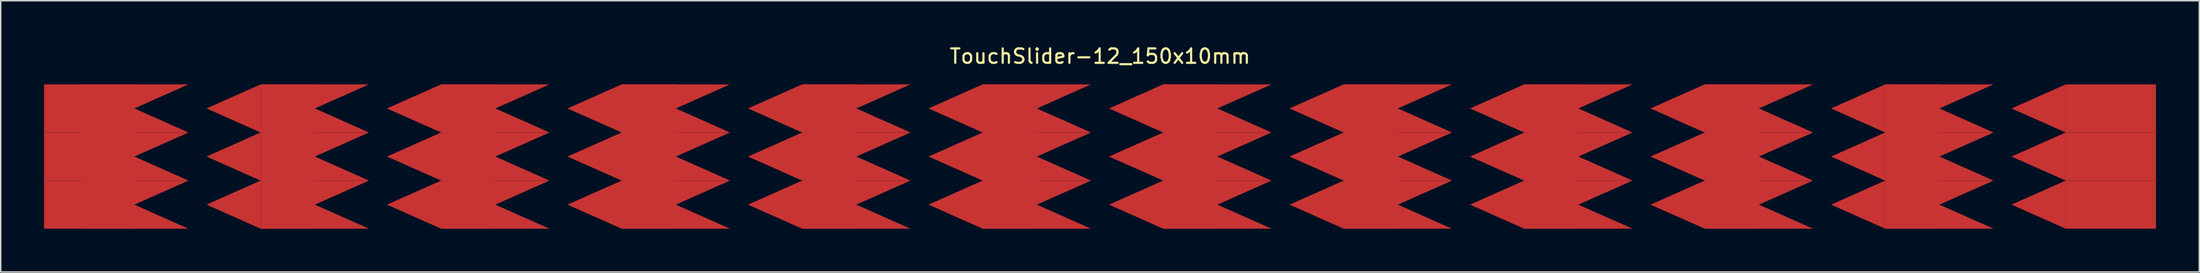
<source format=kicad_pcb>
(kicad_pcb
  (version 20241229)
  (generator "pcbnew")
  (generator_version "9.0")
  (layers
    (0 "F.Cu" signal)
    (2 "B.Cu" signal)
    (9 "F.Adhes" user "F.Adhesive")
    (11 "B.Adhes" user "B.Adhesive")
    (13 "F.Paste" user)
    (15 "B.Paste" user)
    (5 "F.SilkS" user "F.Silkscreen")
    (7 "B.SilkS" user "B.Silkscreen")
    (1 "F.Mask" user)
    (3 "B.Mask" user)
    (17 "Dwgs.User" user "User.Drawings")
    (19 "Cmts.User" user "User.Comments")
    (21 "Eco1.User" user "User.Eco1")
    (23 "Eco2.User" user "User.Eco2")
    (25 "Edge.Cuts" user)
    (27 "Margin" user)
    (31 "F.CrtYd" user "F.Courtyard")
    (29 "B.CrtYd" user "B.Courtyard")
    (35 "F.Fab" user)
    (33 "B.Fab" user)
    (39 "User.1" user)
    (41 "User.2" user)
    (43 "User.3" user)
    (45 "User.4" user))
  (footprint "TouchSlider-12_150x10mm"
    (layer "F.Cu")
    (at 73.125 7.798)
    (property "Reference" "TouchSlider-12_150x10mm" (at 0 -6.95 0) (layer "F.SilkS") (effects (font (size 1 1) (thickness 0.15))))
    (attr smd)
    (pad "1" smd rect (at -70 -3.333) (size 6.25 3.333) (layers "F.Cu" "F.Mask"))
    (pad "1" smd rect (at -70 0) (size 6.25 3.333) (layers "F.Cu" "F.Mask"))
    (pad "1" smd rect (at -70 3.333) (size 6.25 3.333) (layers "F.Cu" "F.Mask"))
    (pad "1" smd trapezoid (at -66.875 -4.167) (size 3.75 1.667) (rect_delta 0 -3.75) (layers "F.Cu" "F.Mask"))
    (pad "1" smd trapezoid (at -66.875 -2.5) (size 3.75 1.667) (rect_delta 0 3.75) (layers "F.Cu" "F.Mask"))
    (pad "1" smd trapezoid (at -66.875 -0.833) (size 3.75 1.667) (rect_delta 0 -3.75) (layers "F.Cu" "F.Mask"))
    (pad "1" smd trapezoid (at -66.875 0.833) (size 3.75 1.667) (rect_delta 0 3.75) (layers "F.Cu" "F.Mask"))
    (pad "1" smd trapezoid (at -66.875 2.5) (size 3.75 1.667) (rect_delta 0 -3.75) (layers "F.Cu" "F.Mask"))
    (pad "1" smd trapezoid (at -66.875 4.167) (size 3.75 1.667) (rect_delta 0 3.75) (layers "F.Cu" "F.Mask"))
    (pad "2" smd trapezoid (at -60 -3.333) (size 3.75 1.667) (rect_delta -1.667 0) (layers "F.Cu" "F.Mask"))
    (pad "2" smd trapezoid (at -60 0) (size 3.75 1.667) (rect_delta -1.667 0) (layers "F.Cu" "F.Mask"))
    (pad "2" smd trapezoid (at -60 3.333) (size 3.75 1.667) (rect_delta -1.667 0) (layers "F.Cu" "F.Mask"))
    (pad "2" smd rect (at -56.25 -3.333) (size 3.75 3.333) (layers "F.Cu" "F.Mask"))
    (pad "2" smd rect (at -56.25 0) (size 3.75 3.333) (layers "F.Cu" "F.Mask"))
    (pad "2" smd rect (at -56.25 3.333) (size 3.75 3.333) (layers "F.Cu" "F.Mask"))
    (pad "2" smd trapezoid (at -54.375 -4.167) (size 3.75 1.667) (rect_delta 0 -3.75) (layers "F.Cu" "F.Mask"))
    (pad "2" smd trapezoid (at -54.375 -2.5) (size 3.75 1.667) (rect_delta 0 3.75) (layers "F.Cu" "F.Mask"))
    (pad "2" smd trapezoid (at -54.375 -0.833) (size 3.75 1.667) (rect_delta 0 -3.75) (layers "F.Cu" "F.Mask"))
    (pad "2" smd trapezoid (at -54.375 0.833) (size 3.75 1.667) (rect_delta 0 3.75) (layers "F.Cu" "F.Mask"))
    (pad "2" smd trapezoid (at -54.375 2.5) (size 3.75 1.667) (rect_delta 0 -3.75) (layers "F.Cu" "F.Mask"))
    (pad "2" smd trapezoid (at -54.375 4.167) (size 3.75 1.667) (rect_delta 0 3.75) (layers "F.Cu" "F.Mask"))
    (pad "3" smd trapezoid (at -47.5 -3.333) (size 3.75 1.667) (rect_delta -1.667 0) (layers "F.Cu" "F.Mask"))
    (pad "3" smd trapezoid (at -47.5 0) (size 3.75 1.667) (rect_delta -1.667 0) (layers "F.Cu" "F.Mask"))
    (pad "3" smd trapezoid (at -47.5 3.333) (size 3.75 1.667) (rect_delta -1.667 0) (layers "F.Cu" "F.Mask"))
    (pad "3" smd rect (at -43.75 -3.333) (size 3.75 3.333) (layers "F.Cu" "F.Mask"))
    (pad "3" smd rect (at -43.75 0) (size 3.75 3.333) (layers "F.Cu" "F.Mask"))
    (pad "3" smd rect (at -43.75 3.333) (size 3.75 3.333) (layers "F.Cu" "F.Mask"))
    (pad "3" smd trapezoid (at -41.875 -4.167) (size 3.75 1.667) (rect_delta 0 -3.75) (layers "F.Cu" "F.Mask"))
    (pad "3" smd trapezoid (at -41.875 -2.5) (size 3.75 1.667) (rect_delta 0 3.75) (layers "F.Cu" "F.Mask"))
    (pad "3" smd trapezoid (at -41.875 -0.833) (size 3.75 1.667) (rect_delta 0 -3.75) (layers "F.Cu" "F.Mask"))
    (pad "3" smd trapezoid (at -41.875 0.833) (size 3.75 1.667) (rect_delta 0 3.75) (layers "F.Cu" "F.Mask"))
    (pad "3" smd trapezoid (at -41.875 2.5) (size 3.75 1.667) (rect_delta 0 -3.75) (layers "F.Cu" "F.Mask"))
    (pad "3" smd trapezoid (at -41.875 4.167) (size 3.75 1.667) (rect_delta 0 3.75) (layers "F.Cu" "F.Mask"))
    (pad "4" smd trapezoid (at -35 -3.333) (size 3.75 1.667) (rect_delta -1.667 0) (layers "F.Cu" "F.Mask"))
    (pad "4" smd trapezoid (at -35 0) (size 3.75 1.667) (rect_delta -1.667 0) (layers "F.Cu" "F.Mask"))
    (pad "4" smd trapezoid (at -35 3.333) (size 3.75 1.667) (rect_delta -1.667 0) (layers "F.Cu" "F.Mask"))
    (pad "4" smd rect (at -31.25 -3.333) (size 3.75 3.333) (layers "F.Cu" "F.Mask"))
    (pad "4" smd rect (at -31.25 0) (size 3.75 3.333) (layers "F.Cu" "F.Mask"))
    (pad "4" smd rect (at -31.25 3.333) (size 3.75 3.333) (layers "F.Cu" "F.Mask"))
    (pad "4" smd trapezoid (at -29.375 -4.167) (size 3.75 1.667) (rect_delta 0 -3.75) (layers "F.Cu" "F.Mask"))
    (pad "4" smd trapezoid (at -29.375 -2.5) (size 3.75 1.667) (rect_delta 0 3.75) (layers "F.Cu" "F.Mask"))
    (pad "4" smd trapezoid (at -29.375 -0.833) (size 3.75 1.667) (rect_delta 0 -3.75) (layers "F.Cu" "F.Mask"))
    (pad "4" smd trapezoid (at -29.375 0.833) (size 3.75 1.667) (rect_delta 0 3.75) (layers "F.Cu" "F.Mask"))
    (pad "4" smd trapezoid (at -29.375 2.5) (size 3.75 1.667) (rect_delta 0 -3.75) (layers "F.Cu" "F.Mask"))
    (pad "4" smd trapezoid (at -29.375 4.167) (size 3.75 1.667) (rect_delta 0 3.75) (layers "F.Cu" "F.Mask"))
    (pad "5" smd trapezoid (at -22.5 -3.333) (size 3.75 1.667) (rect_delta -1.667 0) (layers "F.Cu" "F.Mask"))
    (pad "5" smd trapezoid (at -22.5 0) (size 3.75 1.667) (rect_delta -1.667 0) (layers "F.Cu" "F.Mask"))
    (pad "5" smd trapezoid (at -22.5 3.333) (size 3.75 1.667) (rect_delta -1.667 0) (layers "F.Cu" "F.Mask"))
    (pad "5" smd rect (at -18.75 -3.333) (size 3.75 3.333) (layers "F.Cu" "F.Mask"))
    (pad "5" smd rect (at -18.75 0) (size 3.75 3.333) (layers "F.Cu" "F.Mask"))
    (pad "5" smd rect (at -18.75 3.333) (size 3.75 3.333) (layers "F.Cu" "F.Mask"))
    (pad "5" smd trapezoid (at -16.875 -4.167) (size 3.75 1.667) (rect_delta 0 -3.75) (layers "F.Cu" "F.Mask"))
    (pad "5" smd trapezoid (at -16.875 -2.5) (size 3.75 1.667) (rect_delta 0 3.75) (layers "F.Cu" "F.Mask"))
    (pad "5" smd trapezoid (at -16.875 -0.833) (size 3.75 1.667) (rect_delta 0 -3.75) (layers "F.Cu" "F.Mask"))
    (pad "5" smd trapezoid (at -16.875 0.833) (size 3.75 1.667) (rect_delta 0 3.75) (layers "F.Cu" "F.Mask"))
    (pad "5" smd trapezoid (at -16.875 2.5) (size 3.75 1.667) (rect_delta 0 -3.75) (layers "F.Cu" "F.Mask"))
    (pad "5" smd trapezoid (at -16.875 4.167) (size 3.75 1.667) (rect_delta 0 3.75) (layers "F.Cu" "F.Mask"))
    (pad "6" smd trapezoid (at -10 -3.333) (size 3.75 1.667) (rect_delta -1.667 0) (layers "F.Cu" "F.Mask"))
    (pad "6" smd trapezoid (at -10 0) (size 3.75 1.667) (rect_delta -1.667 0) (layers "F.Cu" "F.Mask"))
    (pad "6" smd trapezoid (at -10 3.333) (size 3.75 1.667) (rect_delta -1.667 0) (layers "F.Cu" "F.Mask"))
    (pad "6" smd rect (at -6.25 -3.333) (size 3.75 3.333) (layers "F.Cu" "F.Mask"))
    (pad "6" smd rect (at -6.25 0) (size 3.75 3.333) (layers "F.Cu" "F.Mask"))
    (pad "6" smd rect (at -6.25 3.333) (size 3.75 3.333) (layers "F.Cu" "F.Mask"))
    (pad "6" smd trapezoid (at -4.375 -4.167) (size 3.75 1.667) (rect_delta 0 -3.75) (layers "F.Cu" "F.Mask"))
    (pad "6" smd trapezoid (at -4.375 -2.5) (size 3.75 1.667) (rect_delta 0 3.75) (layers "F.Cu" "F.Mask"))
    (pad "6" smd trapezoid (at -4.375 -0.833) (size 3.75 1.667) (rect_delta 0 -3.75) (layers "F.Cu" "F.Mask"))
    (pad "6" smd trapezoid (at -4.375 0.833) (size 3.75 1.667) (rect_delta 0 3.75) (layers "F.Cu" "F.Mask"))
    (pad "6" smd trapezoid (at -4.375 2.5) (size 3.75 1.667) (rect_delta 0 -3.75) (layers "F.Cu" "F.Mask"))
    (pad "6" smd trapezoid (at -4.375 4.167) (size 3.75 1.667) (rect_delta 0 3.75) (layers "F.Cu" "F.Mask"))
    (pad "7" smd trapezoid (at 2.5 -3.333) (size 3.75 1.667) (rect_delta -1.667 0) (layers "F.Cu" "F.Mask"))
    (pad "7" smd trapezoid (at 2.5 0) (size 3.75 1.667) (rect_delta -1.667 0) (layers "F.Cu" "F.Mask"))
    (pad "7" smd trapezoid (at 2.5 3.333) (size 3.75 1.667) (rect_delta -1.667 0) (layers "F.Cu" "F.Mask"))
    (pad "7" smd rect (at 6.25 -3.333) (size 3.75 3.333) (layers "F.Cu" "F.Mask"))
    (pad "7" smd rect (at 6.25 0) (size 3.75 3.333) (layers "F.Cu" "F.Mask"))
    (pad "7" smd rect (at 6.25 3.333) (size 3.75 3.333) (layers "F.Cu" "F.Mask"))
    (pad "7" smd trapezoid (at 8.125 -4.167) (size 3.75 1.667) (rect_delta 0 -3.75) (layers "F.Cu" "F.Mask"))
    (pad "7" smd trapezoid (at 8.125 -2.5) (size 3.75 1.667) (rect_delta 0 3.75) (layers "F.Cu" "F.Mask"))
    (pad "7" smd trapezoid (at 8.125 -0.833) (size 3.75 1.667) (rect_delta 0 -3.75) (layers "F.Cu" "F.Mask"))
    (pad "7" smd trapezoid (at 8.125 0.833) (size 3.75 1.667) (rect_delta 0 3.75) (layers "F.Cu" "F.Mask"))
    (pad "7" smd trapezoid (at 8.125 2.5) (size 3.75 1.667) (rect_delta 0 -3.75) (layers "F.Cu" "F.Mask"))
    (pad "7" smd trapezoid (at 8.125 4.167) (size 3.75 1.667) (rect_delta 0 3.75) (layers "F.Cu" "F.Mask"))
    (pad "8" smd trapezoid (at 15 -3.333) (size 3.75 1.667) (rect_delta -1.667 0) (layers "F.Cu" "F.Mask"))
    (pad "8" smd trapezoid (at 15 0) (size 3.75 1.667) (rect_delta -1.667 0) (layers "F.Cu" "F.Mask"))
    (pad "8" smd trapezoid (at 15 3.333) (size 3.75 1.667) (rect_delta -1.667 0) (layers "F.Cu" "F.Mask"))
    (pad "8" smd rect (at 18.75 -3.333) (size 3.75 3.333) (layers "F.Cu" "F.Mask"))
    (pad "8" smd rect (at 18.75 0) (size 3.75 3.333) (layers "F.Cu" "F.Mask"))
    (pad "8" smd rect (at 18.75 3.333) (size 3.75 3.333) (layers "F.Cu" "F.Mask"))
    (pad "8" smd trapezoid (at 20.625 -4.167) (size 3.75 1.667) (rect_delta 0 -3.75) (layers "F.Cu" "F.Mask"))
    (pad "8" smd trapezoid (at 20.625 -2.5) (size 3.75 1.667) (rect_delta 0 3.75) (layers "F.Cu" "F.Mask"))
    (pad "8" smd trapezoid (at 20.625 -0.833) (size 3.75 1.667) (rect_delta 0 -3.75) (layers "F.Cu" "F.Mask"))
    (pad "8" smd trapezoid (at 20.625 0.833) (size 3.75 1.667) (rect_delta 0 3.75) (layers "F.Cu" "F.Mask"))
    (pad "8" smd trapezoid (at 20.625 2.5) (size 3.75 1.667) (rect_delta 0 -3.75) (layers "F.Cu" "F.Mask"))
    (pad "8" smd trapezoid (at 20.625 4.167) (size 3.75 1.667) (rect_delta 0 3.75) (layers "F.Cu" "F.Mask"))
    (pad "9" smd trapezoid (at 27.5 -3.333) (size 3.75 1.667) (rect_delta -1.667 0) (layers "F.Cu" "F.Mask"))
    (pad "9" smd trapezoid (at 27.5 0) (size 3.75 1.667) (rect_delta -1.667 0) (layers "F.Cu" "F.Mask"))
    (pad "9" smd trapezoid (at 27.5 3.333) (size 3.75 1.667) (rect_delta -1.667 0) (layers "F.Cu" "F.Mask"))
    (pad "9" smd rect (at 31.25 -3.333) (size 3.75 3.333) (layers "F.Cu" "F.Mask"))
    (pad "9" smd rect (at 31.25 0) (size 3.75 3.333) (layers "F.Cu" "F.Mask"))
    (pad "9" smd rect (at 31.25 3.333) (size 3.75 3.333) (layers "F.Cu" "F.Mask"))
    (pad "9" smd trapezoid (at 33.125 -4.167) (size 3.75 1.667) (rect_delta 0 -3.75) (layers "F.Cu" "F.Mask"))
    (pad "9" smd trapezoid (at 33.125 -2.5) (size 3.75 1.667) (rect_delta 0 3.75) (layers "F.Cu" "F.Mask"))
    (pad "9" smd trapezoid (at 33.125 -0.833) (size 3.75 1.667) (rect_delta 0 -3.75) (layers "F.Cu" "F.Mask"))
    (pad "9" smd trapezoid (at 33.125 0.833) (size 3.75 1.667) (rect_delta 0 3.75) (layers "F.Cu" "F.Mask"))
    (pad "9" smd trapezoid (at 33.125 2.5) (size 3.75 1.667) (rect_delta 0 -3.75) (layers "F.Cu" "F.Mask"))
    (pad "9" smd trapezoid (at 33.125 4.167) (size 3.75 1.667) (rect_delta 0 3.75) (layers "F.Cu" "F.Mask"))
    (pad "10" smd trapezoid (at 40 -3.333) (size 3.75 1.667) (rect_delta -1.667 0) (layers "F.Cu" "F.Mask"))
    (pad "10" smd trapezoid (at 40 0) (size 3.75 1.667) (rect_delta -1.667 0) (layers "F.Cu" "F.Mask"))
    (pad "10" smd trapezoid (at 40 3.333) (size 3.75 1.667) (rect_delta -1.667 0) (layers "F.Cu" "F.Mask"))
    (pad "10" smd rect (at 43.75 -3.333) (size 3.75 3.333) (layers "F.Cu" "F.Mask"))
    (pad "10" smd rect (at 43.75 0) (size 3.75 3.333) (layers "F.Cu" "F.Mask"))
    (pad "10" smd rect (at 43.75 3.333) (size 3.75 3.333) (layers "F.Cu" "F.Mask"))
    (pad "10" smd trapezoid (at 45.625 -4.167) (size 3.75 1.667) (rect_delta 0 -3.75) (layers "F.Cu" "F.Mask"))
    (pad "10" smd trapezoid (at 45.625 -2.5) (size 3.75 1.667) (rect_delta 0 3.75) (layers "F.Cu" "F.Mask"))
    (pad "10" smd trapezoid (at 45.625 -0.833) (size 3.75 1.667) (rect_delta 0 -3.75) (layers "F.Cu" "F.Mask"))
    (pad "10" smd trapezoid (at 45.625 0.833) (size 3.75 1.667) (rect_delta 0 3.75) (layers "F.Cu" "F.Mask"))
    (pad "10" smd trapezoid (at 45.625 2.5) (size 3.75 1.667) (rect_delta 0 -3.75) (layers "F.Cu" "F.Mask"))
    (pad "10" smd trapezoid (at 45.625 4.167) (size 3.75 1.667) (rect_delta 0 3.75) (layers "F.Cu" "F.Mask"))
    (pad "11" smd trapezoid (at 52.5 -3.333) (size 3.75 1.667) (rect_delta -1.667 0) (layers "F.Cu" "F.Mask"))
    (pad "11" smd trapezoid (at 52.5 0) (size 3.75 1.667) (rect_delta -1.667 0) (layers "F.Cu" "F.Mask"))
    (pad "11" smd trapezoid (at 52.5 3.333) (size 3.75 1.667) (rect_delta -1.667 0) (layers "F.Cu" "F.Mask"))
    (pad "11" smd rect (at 56.25 -3.333) (size 3.75 3.333) (layers "F.Cu" "F.Mask"))
    (pad "11" smd rect (at 56.25 0) (size 3.75 3.333) (layers "F.Cu" "F.Mask"))
    (pad "11" smd rect (at 56.25 3.333) (size 3.75 3.333) (layers "F.Cu" "F.Mask"))
    (pad "11" smd trapezoid (at 58.125 -4.167) (size 3.75 1.667) (rect_delta 0 -3.75) (layers "F.Cu" "F.Mask"))
    (pad "11" smd trapezoid (at 58.125 -2.5) (size 3.75 1.667) (rect_delta 0 3.75) (layers "F.Cu" "F.Mask"))
    (pad "11" smd trapezoid (at 58.125 -0.833) (size 3.75 1.667) (rect_delta 0 -3.75) (layers "F.Cu" "F.Mask"))
    (pad "11" smd trapezoid (at 58.125 0.833) (size 3.75 1.667) (rect_delta 0 3.75) (layers "F.Cu" "F.Mask"))
    (pad "11" smd trapezoid (at 58.125 2.5) (size 3.75 1.667) (rect_delta 0 -3.75) (layers "F.Cu" "F.Mask"))
    (pad "11" smd trapezoid (at 58.125 4.167) (size 3.75 1.667) (rect_delta 0 3.75) (layers "F.Cu" "F.Mask"))
    (pad "12" smd trapezoid (at 65 -3.333) (size 3.75 1.667) (rect_delta -1.667 0) (layers "F.Cu" "F.Mask"))
    (pad "12" smd trapezoid (at 65 0) (size 3.75 1.667) (rect_delta -1.667 0) (layers "F.Cu" "F.Mask"))
    (pad "12" smd trapezoid (at 65 3.333) (size 3.75 1.667) (rect_delta -1.667 0) (layers "F.Cu" "F.Mask"))
    (pad "12" smd rect (at 70 -3.333) (size 6.25 3.333) (layers "F.Cu" "F.Mask"))
    (pad "12" smd rect (at 70 0) (size 6.25 3.333) (layers "F.Cu" "F.Mask"))
    (pad "12" smd rect (at 70 3.333) (size 6.25 3.333) (layers "F.Cu" "F.Mask")))
  (gr_rect
    (start -3 -3)
    (end 149.25 15.798)
    (stroke (width 0.1) (type default))
    (fill no)
    (layer "Edge.Cuts")))
</source>
